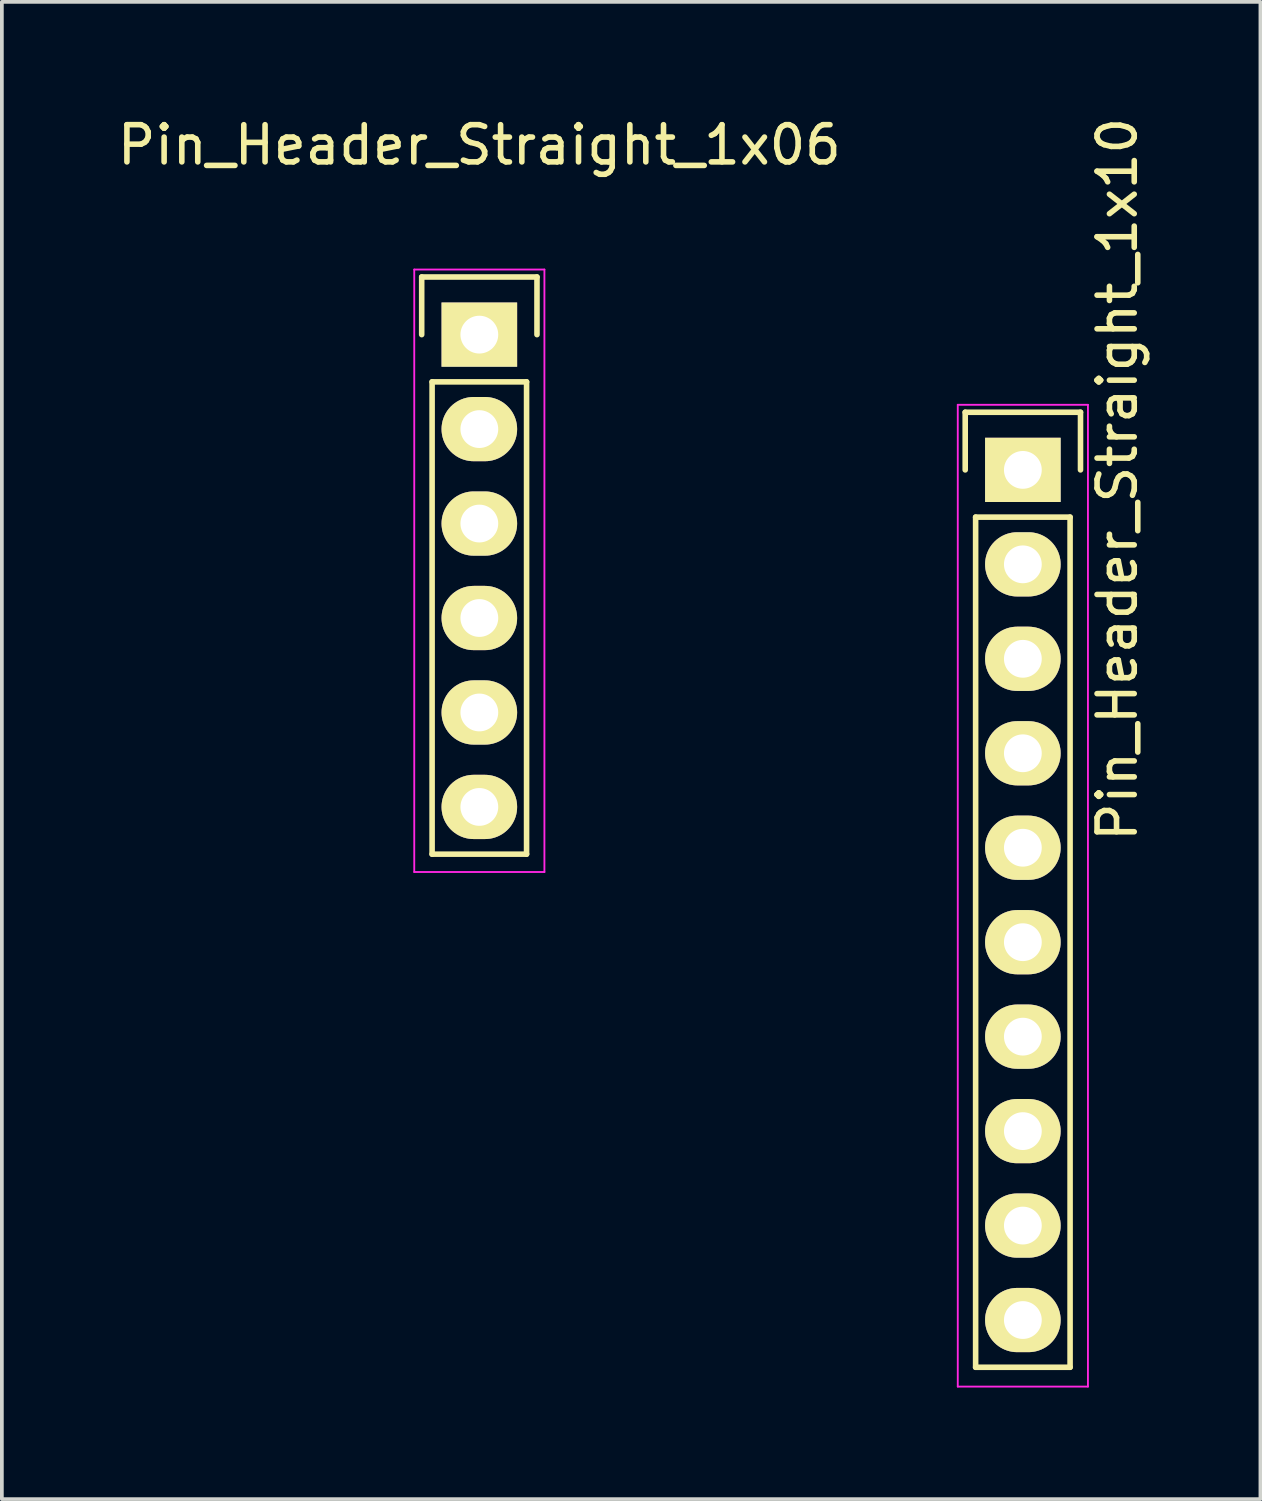
<source format=kicad_pcb>
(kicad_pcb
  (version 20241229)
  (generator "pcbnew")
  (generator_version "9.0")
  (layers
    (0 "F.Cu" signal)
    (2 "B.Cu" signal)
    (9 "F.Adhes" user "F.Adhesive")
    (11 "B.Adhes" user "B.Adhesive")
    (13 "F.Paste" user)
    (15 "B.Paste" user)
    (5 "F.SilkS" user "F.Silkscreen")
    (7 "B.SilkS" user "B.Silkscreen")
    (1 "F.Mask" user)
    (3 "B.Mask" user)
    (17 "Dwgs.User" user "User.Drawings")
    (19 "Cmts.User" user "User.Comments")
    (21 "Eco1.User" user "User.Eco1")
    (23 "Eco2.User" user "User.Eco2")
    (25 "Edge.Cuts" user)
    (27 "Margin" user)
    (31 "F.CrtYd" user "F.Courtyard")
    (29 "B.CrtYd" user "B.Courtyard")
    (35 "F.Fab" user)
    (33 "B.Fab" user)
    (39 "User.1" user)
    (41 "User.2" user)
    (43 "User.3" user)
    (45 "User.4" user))
  (footprint "Pin_Header_Straight_1x06"
    (layer "F.Cu")
    (at 9.839 5.948)
    (property "Reference" "Pin_Header_Straight_1x06" (at 0 -5.1 0) (layer "F.SilkS") (effects (font (size 1 1) (thickness 0.15))))
    (attr through_hole)
    (fp_line (start -1.55 -1.55) (end 1.55 -1.55) (stroke (width 0.15) (type solid)) (layer "F.SilkS"))
    (fp_line (start -1.55 0) (end -1.55 -1.55) (stroke (width 0.15) (type solid)) (layer "F.SilkS"))
    (fp_line (start -1.27 13.97) (end -1.27 1.27) (stroke (width 0.15) (type solid)) (layer "F.SilkS"))
    (fp_line (start 1.27 1.27) (end -1.27 1.27) (stroke (width 0.15) (type solid)) (layer "F.SilkS"))
    (fp_line (start 1.27 1.27) (end 1.27 13.97) (stroke (width 0.15) (type solid)) (layer "F.SilkS"))
    (fp_line (start 1.27 13.97) (end -1.27 13.97) (stroke (width 0.15) (type solid)) (layer "F.SilkS"))
    (fp_line (start 1.55 -1.55) (end 1.55 0) (stroke (width 0.15) (type solid)) (layer "F.SilkS"))
    (fp_line (start -1.75 -1.75) (end -1.75 14.45) (stroke (width 0.05) (type solid)) (layer "F.CrtYd"))
    (fp_line (start -1.75 -1.75) (end 1.75 -1.75) (stroke (width 0.05) (type solid)) (layer "F.CrtYd"))
    (fp_line (start -1.75 14.45) (end 1.75 14.45) (stroke (width 0.05) (type solid)) (layer "F.CrtYd"))
    (fp_line (start 1.75 -1.75) (end 1.75 14.45) (stroke (width 0.05) (type solid)) (layer "F.CrtYd"))
    (pad "1" thru_hole rect (at 0 0) (size 2.032 1.727) (drill 1.016) (layers "*.Cu" "*.Mask" "F.SilkS"))
    (pad "2" thru_hole oval (at 0 2.54) (size 2.032 1.727) (drill 1.016) (layers "*.Cu" "*.Mask" "F.SilkS"))
    (pad "3" thru_hole oval (at 0 5.08) (size 2.032 1.727) (drill 1.016) (layers "*.Cu" "*.Mask" "F.SilkS"))
    (pad "4" thru_hole oval (at 0 7.62) (size 2.032 1.727) (drill 1.016) (layers "*.Cu" "*.Mask" "F.SilkS"))
    (pad "5" thru_hole oval (at 0 10.16) (size 2.032 1.727) (drill 1.016) (layers "*.Cu" "*.Mask" "F.SilkS"))
    (pad "6" thru_hole oval (at 0 12.7) (size 2.032 1.727) (drill 1.016) (layers "*.Cu" "*.Mask" "F.SilkS")))
  (footprint "Pin_Header_Straight_1x10"
    (layer "F.Cu")
    (at 24.454 9.585)
    (property "Reference" "Pin_Header_Straight_1x10" (at 2.54 0.254 90) (layer "F.SilkS") (effects (font (size 1 1) (thickness 0.15))))
    (attr through_hole)
    (fp_line (start -1.55 -1.55) (end 1.55 -1.55) (stroke (width 0.15) (type solid)) (layer "F.SilkS"))
    (fp_line (start -1.55 0) (end -1.55 -1.55) (stroke (width 0.15) (type solid)) (layer "F.SilkS"))
    (fp_line (start -1.27 24.13) (end -1.27 1.27) (stroke (width 0.15) (type solid)) (layer "F.SilkS"))
    (fp_line (start 1.27 1.27) (end -1.27 1.27) (stroke (width 0.15) (type solid)) (layer "F.SilkS"))
    (fp_line (start 1.27 1.27) (end 1.27 24.13) (stroke (width 0.15) (type solid)) (layer "F.SilkS"))
    (fp_line (start 1.27 24.13) (end -1.27 24.13) (stroke (width 0.15) (type solid)) (layer "F.SilkS"))
    (fp_line (start 1.55 -1.55) (end 1.55 0) (stroke (width 0.15) (type solid)) (layer "F.SilkS"))
    (fp_line (start -1.75 -1.75) (end -1.75 24.65) (stroke (width 0.05) (type solid)) (layer "F.CrtYd"))
    (fp_line (start -1.75 -1.75) (end 1.75 -1.75) (stroke (width 0.05) (type solid)) (layer "F.CrtYd"))
    (fp_line (start -1.75 24.65) (end 1.75 24.65) (stroke (width 0.05) (type solid)) (layer "F.CrtYd"))
    (fp_line (start 1.75 -1.75) (end 1.75 24.65) (stroke (width 0.05) (type solid)) (layer "F.CrtYd"))
    (pad "1" thru_hole rect (at 0 0) (size 2.032 1.727) (drill 1.016) (layers "*.Cu" "*.Mask" "F.SilkS"))
    (pad "2" thru_hole oval (at 0 2.54) (size 2.032 1.727) (drill 1.016) (layers "*.Cu" "*.Mask" "F.SilkS"))
    (pad "3" thru_hole oval (at 0 5.08) (size 2.032 1.727) (drill 1.016) (layers "*.Cu" "*.Mask" "F.SilkS"))
    (pad "4" thru_hole oval (at 0 7.62) (size 2.032 1.727) (drill 1.016) (layers "*.Cu" "*.Mask" "F.SilkS"))
    (pad "5" thru_hole oval (at 0 10.16) (size 2.032 1.727) (drill 1.016) (layers "*.Cu" "*.Mask" "F.SilkS"))
    (pad "6" thru_hole oval (at 0 12.7) (size 2.032 1.727) (drill 1.016) (layers "*.Cu" "*.Mask" "F.SilkS"))
    (pad "7" thru_hole oval (at 0 15.24) (size 2.032 1.727) (drill 1.016) (layers "*.Cu" "*.Mask" "F.SilkS"))
    (pad "8" thru_hole oval (at 0 17.78) (size 2.032 1.727) (drill 1.016) (layers "*.Cu" "*.Mask" "F.SilkS"))
    (pad "9" thru_hole oval (at 0 20.32) (size 2.032 1.727) (drill 1.016) (layers "*.Cu" "*.Mask" "F.SilkS"))
    (pad "10" thru_hole oval (at 0 22.86) (size 2.032 1.727) (drill 1.016) (layers "*.Cu" "*.Mask" "F.SilkS")))
  (gr_rect
    (start -3 -3)
    (end 30.842 37.26)
    (stroke (width 0.1) (type default))
    (fill no)
    (layer "Edge.Cuts")))
</source>
